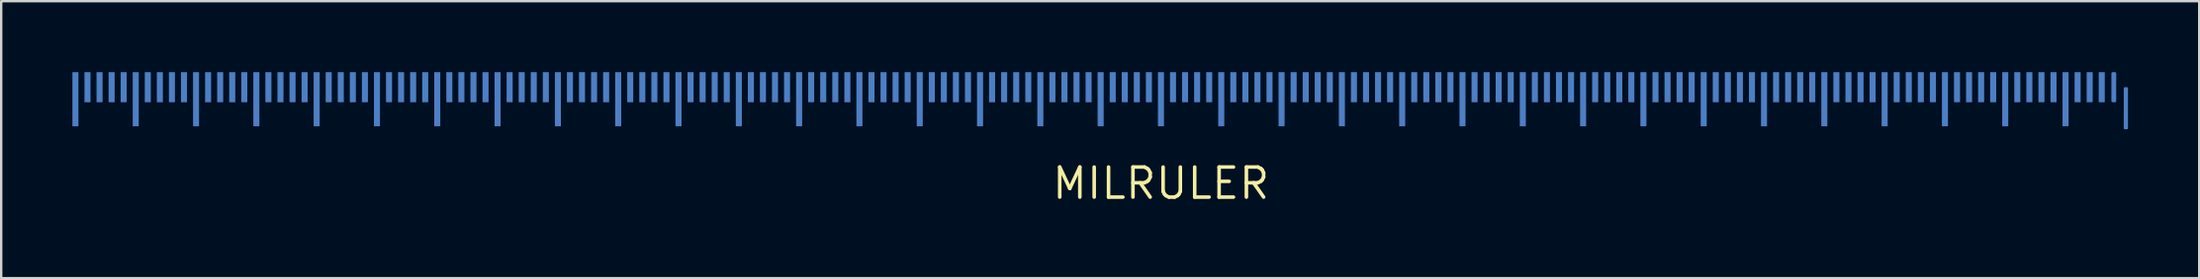
<source format=kicad_pcb>
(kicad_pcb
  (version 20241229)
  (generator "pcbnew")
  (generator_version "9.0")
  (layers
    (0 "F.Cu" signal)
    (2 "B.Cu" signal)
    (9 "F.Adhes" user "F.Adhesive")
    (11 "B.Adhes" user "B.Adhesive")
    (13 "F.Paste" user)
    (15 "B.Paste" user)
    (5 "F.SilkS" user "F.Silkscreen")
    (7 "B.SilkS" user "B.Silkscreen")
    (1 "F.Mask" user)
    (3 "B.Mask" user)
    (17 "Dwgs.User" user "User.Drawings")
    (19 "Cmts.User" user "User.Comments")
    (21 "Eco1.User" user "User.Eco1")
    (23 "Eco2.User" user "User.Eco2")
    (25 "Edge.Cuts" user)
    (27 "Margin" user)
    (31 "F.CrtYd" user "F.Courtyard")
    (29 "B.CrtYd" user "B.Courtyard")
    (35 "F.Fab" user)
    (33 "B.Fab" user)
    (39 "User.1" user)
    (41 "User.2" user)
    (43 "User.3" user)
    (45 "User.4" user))
  (footprint "MILRULER"
    (layer "F.Cu")
    (at 45.847 4.699)
    (property "Reference" "MILRULER" (at 0 0 0) (layer "F.SilkS") (effects (font (size 1.27 1.27) (thickness 0.15))))
    (pad "P$1" smd rect (at -40.64 -3.556 90) (size 2.286 0.254) (layers "B.Cu" "B.Mask" "B.Paste"))
    (pad "P$2" smd rect (at -40.132 -4.064 90) (size 1.27 0.254) (layers "B.Cu" "B.Mask" "B.Paste"))
    (pad "P$3" smd rect (at -39.624 -4.064 90) (size 1.27 0.254) (layers "B.Cu" "B.Mask" "B.Paste"))
    (pad "P$4" smd rect (at -39.116 -4.064 90) (size 1.27 0.254) (layers "B.Cu" "B.Mask" "B.Paste"))
    (pad "P$5" smd rect (at -38.608 -4.064 90) (size 1.27 0.254) (layers "B.Cu" "B.Mask" "B.Paste"))
    (pad "P$6" smd rect (at -37.592 -4.064 90) (size 1.27 0.254) (layers "B.Cu" "B.Mask" "B.Paste"))
    (pad "P$7" smd rect (at -38.1 -3.556 90) (size 2.286 0.254) (layers "B.Cu" "B.Mask" "B.Paste"))
    (pad "P$8" smd rect (at -37.084 -4.064 90) (size 1.27 0.254) (layers "B.Cu" "B.Mask" "B.Paste"))
    (pad "P$9" smd rect (at -36.576 -4.064 90) (size 1.27 0.254) (layers "B.Cu" "B.Mask" "B.Paste"))
    (pad "P$10" smd rect (at -36.068 -4.064 90) (size 1.27 0.254) (layers "B.Cu" "B.Mask" "B.Paste"))
    (pad "P$11" smd rect (at -35.56 -3.556 90) (size 2.286 0.254) (layers "B.Cu" "B.Mask" "B.Paste"))
    (pad "P$12" smd rect (at -35.052 -4.064 90) (size 1.27 0.254) (layers "B.Cu" "B.Mask" "B.Paste"))
    (pad "P$13" smd rect (at -34.544 -4.064 90) (size 1.27 0.254) (layers "B.Cu" "B.Mask" "B.Paste"))
    (pad "P$14" smd rect (at -34.036 -4.064 90) (size 1.27 0.254) (layers "B.Cu" "B.Mask" "B.Paste"))
    (pad "P$15" smd rect (at -33.528 -4.064 90) (size 1.27 0.254) (layers "B.Cu" "B.Mask" "B.Paste"))
    (pad "P$16" smd rect (at -33.02 -3.556 90) (size 2.286 0.254) (layers "B.Cu" "B.Mask" "B.Paste"))
    (pad "P$17" smd rect (at -32.512 -4.064 90) (size 1.27 0.254) (layers "B.Cu" "B.Mask" "B.Paste"))
    (pad "P$18" smd rect (at -32.004 -4.064 90) (size 1.27 0.254) (layers "B.Cu" "B.Mask" "B.Paste"))
    (pad "P$19" smd rect (at -31.496 -4.064 90) (size 1.27 0.254) (layers "B.Cu" "B.Mask" "B.Paste"))
    (pad "P$20" smd rect (at -30.988 -4.064 90) (size 1.27 0.254) (layers "B.Cu" "B.Mask" "B.Paste"))
    (pad "P$21" smd rect (at -30.48 -3.556 90) (size 2.286 0.254) (layers "B.Cu" "B.Mask" "B.Paste"))
    (pad "P$22" smd rect (at -27.94 -3.556 90) (size 2.286 0.254) (layers "B.Cu" "B.Mask" "B.Paste"))
    (pad "P$23" smd rect (at -27.432 -4.064 90) (size 1.27 0.254) (layers "B.Cu" "B.Mask" "B.Paste"))
    (pad "P$24" smd rect (at -26.924 -4.064 90) (size 1.27 0.254) (layers "B.Cu" "B.Mask" "B.Paste"))
    (pad "P$25" smd rect (at -26.416 -4.064 90) (size 1.27 0.254) (layers "B.Cu" "B.Mask" "B.Paste"))
    (pad "P$26" smd rect (at -25.908 -4.064 90) (size 1.27 0.254) (layers "B.Cu" "B.Mask" "B.Paste"))
    (pad "P$27" smd rect (at -24.892 -4.064 90) (size 1.27 0.254) (layers "B.Cu" "B.Mask" "B.Paste"))
    (pad "P$28" smd rect (at -25.4 -3.556 90) (size 2.286 0.254) (layers "B.Cu" "B.Mask" "B.Paste"))
    (pad "P$29" smd rect (at -24.384 -4.064 90) (size 1.27 0.254) (layers "B.Cu" "B.Mask" "B.Paste"))
    (pad "P$30" smd rect (at -23.876 -4.064 90) (size 1.27 0.254) (layers "B.Cu" "B.Mask" "B.Paste"))
    (pad "P$31" smd rect (at -23.368 -4.064 90) (size 1.27 0.254) (layers "B.Cu" "B.Mask" "B.Paste"))
    (pad "P$32" smd rect (at -22.86 -3.556 90) (size 2.286 0.254) (layers "B.Cu" "B.Mask" "B.Paste"))
    (pad "P$33" smd rect (at -22.352 -4.064 90) (size 1.27 0.254) (layers "B.Cu" "B.Mask" "B.Paste"))
    (pad "P$34" smd rect (at -21.844 -4.064 90) (size 1.27 0.254) (layers "B.Cu" "B.Mask" "B.Paste"))
    (pad "P$35" smd rect (at -21.336 -4.064 90) (size 1.27 0.254) (layers "B.Cu" "B.Mask" "B.Paste"))
    (pad "P$36" smd rect (at -20.828 -4.064 90) (size 1.27 0.254) (layers "B.Cu" "B.Mask" "B.Paste"))
    (pad "P$37" smd rect (at -20.32 -3.556 90) (size 2.286 0.254) (layers "B.Cu" "B.Mask" "B.Paste"))
    (pad "P$38" smd rect (at -19.812 -4.064 90) (size 1.27 0.254) (layers "B.Cu" "B.Mask" "B.Paste"))
    (pad "P$39" smd rect (at -19.304 -4.064 90) (size 1.27 0.254) (layers "B.Cu" "B.Mask" "B.Paste"))
    (pad "P$40" smd rect (at -18.796 -4.064 90) (size 1.27 0.254) (layers "B.Cu" "B.Mask" "B.Paste"))
    (pad "P$41" smd rect (at -18.288 -4.064 90) (size 1.27 0.254) (layers "B.Cu" "B.Mask" "B.Paste"))
    (pad "P$42" smd rect (at -17.78 -3.556 90) (size 2.286 0.254) (layers "B.Cu" "B.Mask" "B.Paste"))
    (pad "P$43" smd rect (at -29.972 -4.064 90) (size 1.27 0.254) (layers "B.Cu" "B.Mask" "B.Paste"))
    (pad "P$44" smd rect (at -29.464 -4.064 90) (size 1.27 0.254) (layers "B.Cu" "B.Mask" "B.Paste"))
    (pad "P$45" smd rect (at -28.956 -4.064 90) (size 1.27 0.254) (layers "B.Cu" "B.Mask" "B.Paste"))
    (pad "P$46" smd rect (at -28.448 -4.064 90) (size 1.27 0.254) (layers "B.Cu" "B.Mask" "B.Paste"))
    (pad "P$47" smd rect (at -17.272 -4.064 90) (size 1.27 0.254) (layers "B.Cu" "B.Mask" "B.Paste"))
    (pad "P$48" smd rect (at -16.764 -4.064 90) (size 1.27 0.254) (layers "B.Cu" "B.Mask" "B.Paste"))
    (pad "P$49" smd rect (at -16.256 -4.064 90) (size 1.27 0.254) (layers "B.Cu" "B.Mask" "B.Paste"))
    (pad "P$50" smd rect (at -15.748 -4.064 90) (size 1.27 0.254) (layers "B.Cu" "B.Mask" "B.Paste"))
    (pad "P$51" smd rect (at -14.732 -4.064 90) (size 1.27 0.254) (layers "B.Cu" "B.Mask" "B.Paste"))
    (pad "P$52" smd rect (at -15.24 -3.556 90) (size 2.286 0.254) (layers "B.Cu" "B.Mask" "B.Paste"))
    (pad "P$53" smd rect (at -14.224 -4.064 90) (size 1.27 0.254) (layers "B.Cu" "B.Mask" "B.Paste"))
    (pad "P$54" smd rect (at -13.716 -4.064 90) (size 1.27 0.254) (layers "B.Cu" "B.Mask" "B.Paste"))
    (pad "P$55" smd rect (at -13.208 -4.064 90) (size 1.27 0.254) (layers "B.Cu" "B.Mask" "B.Paste"))
    (pad "P$56" smd rect (at -12.7 -3.556 90) (size 2.286 0.254) (layers "B.Cu" "B.Mask" "B.Paste"))
    (pad "P$57" smd rect (at -12.192 -4.064 90) (size 1.27 0.254) (layers "B.Cu" "B.Mask" "B.Paste"))
    (pad "P$58" smd rect (at -11.684 -4.064 90) (size 1.27 0.254) (layers "B.Cu" "B.Mask" "B.Paste"))
    (pad "P$59" smd rect (at -11.176 -4.064 90) (size 1.27 0.254) (layers "B.Cu" "B.Mask" "B.Paste"))
    (pad "P$60" smd rect (at -10.668 -4.064 90) (size 1.27 0.254) (layers "B.Cu" "B.Mask" "B.Paste"))
    (pad "P$61" smd rect (at -10.16 -3.556 90) (size 2.286 0.254) (layers "B.Cu" "B.Mask" "B.Paste"))
    (pad "P$62" smd rect (at -9.652 -4.064 90) (size 1.27 0.254) (layers "B.Cu" "B.Mask" "B.Paste"))
    (pad "P$63" smd rect (at -9.144 -4.064 90) (size 1.27 0.254) (layers "B.Cu" "B.Mask" "B.Paste"))
    (pad "P$64" smd rect (at -8.636 -4.064 90) (size 1.27 0.254) (layers "B.Cu" "B.Mask" "B.Paste"))
    (pad "P$65" smd rect (at -8.128 -4.064 90) (size 1.27 0.254) (layers "B.Cu" "B.Mask" "B.Paste"))
    (pad "P$66" smd rect (at -7.62 -3.556 90) (size 2.286 0.254) (layers "B.Cu" "B.Mask" "B.Paste"))
    (pad "P$67" smd rect (at -5.08 -3.556 90) (size 2.286 0.254) (layers "B.Cu" "B.Mask" "B.Paste"))
    (pad "P$68" smd rect (at -4.572 -4.064 90) (size 1.27 0.254) (layers "B.Cu" "B.Mask" "B.Paste"))
    (pad "P$69" smd rect (at -4.064 -4.064 90) (size 1.27 0.254) (layers "B.Cu" "B.Mask" "B.Paste"))
    (pad "P$70" smd rect (at -3.556 -4.064 90) (size 1.27 0.254) (layers "B.Cu" "B.Mask" "B.Paste"))
    (pad "P$71" smd rect (at -3.048 -4.064 90) (size 1.27 0.254) (layers "B.Cu" "B.Mask" "B.Paste"))
    (pad "P$72" smd rect (at -2.032 -4.064 90) (size 1.27 0.254) (layers "B.Cu" "B.Mask" "B.Paste"))
    (pad "P$73" smd rect (at -2.54 -3.556 90) (size 2.286 0.254) (layers "B.Cu" "B.Mask" "B.Paste"))
    (pad "P$74" smd rect (at -1.524 -4.064 90) (size 1.27 0.254) (layers "B.Cu" "B.Mask" "B.Paste"))
    (pad "P$75" smd rect (at -1.016 -4.064 90) (size 1.27 0.254) (layers "B.Cu" "B.Mask" "B.Paste"))
    (pad "P$76" smd rect (at -0.508 -4.064 90) (size 1.27 0.254) (layers "B.Cu" "B.Mask" "B.Paste"))
    (pad "P$77" smd rect (at 0 -3.556 90) (size 2.286 0.254) (layers "B.Cu" "B.Mask" "B.Paste"))
    (pad "P$78" smd rect (at 0.508 -4.064 90) (size 1.27 0.254) (layers "B.Cu" "B.Mask" "B.Paste"))
    (pad "P$79" smd rect (at 1.016 -4.064 90) (size 1.27 0.254) (layers "B.Cu" "B.Mask" "B.Paste"))
    (pad "P$80" smd rect (at 1.524 -4.064 90) (size 1.27 0.254) (layers "B.Cu" "B.Mask" "B.Paste"))
    (pad "P$81" smd rect (at 2.032 -4.064 90) (size 1.27 0.254) (layers "B.Cu" "B.Mask" "B.Paste"))
    (pad "P$82" smd rect (at 2.54 -3.556 90) (size 2.286 0.254) (layers "B.Cu" "B.Mask" "B.Paste"))
    (pad "P$83" smd rect (at 3.048 -4.064 90) (size 1.27 0.254) (layers "B.Cu" "B.Mask" "B.Paste"))
    (pad "P$84" smd rect (at 3.556 -4.064 90) (size 1.27 0.254) (layers "B.Cu" "B.Mask" "B.Paste"))
    (pad "P$85" smd rect (at 4.064 -4.064 90) (size 1.27 0.254) (layers "B.Cu" "B.Mask" "B.Paste"))
    (pad "P$86" smd rect (at 4.572 -4.064 90) (size 1.27 0.254) (layers "B.Cu" "B.Mask" "B.Paste"))
    (pad "P$87" smd rect (at 5.08 -3.556 90) (size 2.286 0.254) (layers "B.Cu" "B.Mask" "B.Paste"))
    (pad "P$88" smd rect (at -7.112 -4.064 90) (size 1.27 0.254) (layers "B.Cu" "B.Mask" "B.Paste"))
    (pad "P$89" smd rect (at -6.604 -4.064 90) (size 1.27 0.254) (layers "B.Cu" "B.Mask" "B.Paste"))
    (pad "P$90" smd rect (at -6.096 -4.064 90) (size 1.27 0.254) (layers "B.Cu" "B.Mask" "B.Paste"))
    (pad "P$91" smd rect (at -5.588 -4.064 90) (size 1.27 0.254) (layers "B.Cu" "B.Mask" "B.Paste"))
    (pad "P$92" smd rect (at 5.588 -4.064 90) (size 1.27 0.254) (layers "B.Cu" "B.Mask" "B.Paste"))
    (pad "P$93" smd rect (at 6.096 -4.064 90) (size 1.27 0.254) (layers "B.Cu" "B.Mask" "B.Paste"))
    (pad "P$94" smd rect (at 6.604 -4.064 90) (size 1.27 0.254) (layers "B.Cu" "B.Mask" "B.Paste"))
    (pad "P$95" smd rect (at 7.112 -4.064 90) (size 1.27 0.254) (layers "B.Cu" "B.Mask" "B.Paste"))
    (pad "P$96" smd rect (at 8.128 -4.064 90) (size 1.27 0.254) (layers "B.Cu" "B.Mask" "B.Paste"))
    (pad "P$97" smd rect (at 7.62 -3.556 90) (size 2.286 0.254) (layers "B.Cu" "B.Mask" "B.Paste"))
    (pad "P$98" smd rect (at 8.636 -4.064 90) (size 1.27 0.254) (layers "B.Cu" "B.Mask" "B.Paste"))
    (pad "P$99" smd rect (at 9.144 -4.064 90) (size 1.27 0.254) (layers "B.Cu" "B.Mask" "B.Paste"))
    (pad "P$100" smd rect (at 9.652 -4.064 90) (size 1.27 0.254) (layers "B.Cu" "B.Mask" "B.Paste"))
    (pad "P$101" smd rect (at 10.16 -3.556 90) (size 2.286 0.254) (layers "B.Cu" "B.Mask" "B.Paste"))
    (pad "P$102" smd rect (at 10.668 -4.064 90) (size 1.27 0.254) (layers "B.Cu" "B.Mask" "B.Paste"))
    (pad "P$103" smd rect (at 11.176 -4.064 90) (size 1.27 0.254) (layers "B.Cu" "B.Mask" "B.Paste"))
    (pad "P$104" smd rect (at 11.684 -4.064 90) (size 1.27 0.254) (layers "B.Cu" "B.Mask" "B.Paste"))
    (pad "P$105" smd rect (at 12.192 -4.064 90) (size 1.27 0.254) (layers "B.Cu" "B.Mask" "B.Paste"))
    (pad "P$106" smd rect (at 12.7 -3.556 90) (size 2.286 0.254) (layers "B.Cu" "B.Mask" "B.Paste"))
    (pad "P$107" smd rect (at 13.208 -4.064 90) (size 1.27 0.254) (layers "B.Cu" "B.Mask" "B.Paste"))
    (pad "P$108" smd rect (at 13.716 -4.064 90) (size 1.27 0.254) (layers "B.Cu" "B.Mask" "B.Paste"))
    (pad "P$109" smd rect (at 14.224 -4.064 90) (size 1.27 0.254) (layers "B.Cu" "B.Mask" "B.Paste"))
    (pad "P$110" smd rect (at 14.732 -4.064 90) (size 1.27 0.254) (layers "B.Cu" "B.Mask" "B.Paste"))
    (pad "P$111" smd rect (at 15.24 -3.556 90) (size 2.286 0.254) (layers "B.Cu" "B.Mask" "B.Paste"))
    (pad "P$112" smd rect (at 17.78 -3.556 90) (size 2.286 0.254) (layers "B.Cu" "B.Mask" "B.Paste"))
    (pad "P$113" smd rect (at 18.288 -4.064 90) (size 1.27 0.254) (layers "B.Cu" "B.Mask" "B.Paste"))
    (pad "P$114" smd rect (at 18.796 -4.064 90) (size 1.27 0.254) (layers "B.Cu" "B.Mask" "B.Paste"))
    (pad "P$115" smd rect (at 19.304 -4.064 90) (size 1.27 0.254) (layers "B.Cu" "B.Mask" "B.Paste"))
    (pad "P$116" smd rect (at 19.812 -4.064 90) (size 1.27 0.254) (layers "B.Cu" "B.Mask" "B.Paste"))
    (pad "P$117" smd rect (at 20.828 -4.064 90) (size 1.27 0.254) (layers "B.Cu" "B.Mask" "B.Paste"))
    (pad "P$118" smd rect (at 20.32 -3.556 90) (size 2.286 0.254) (layers "B.Cu" "B.Mask" "B.Paste"))
    (pad "P$119" smd rect (at 21.336 -4.064 90) (size 1.27 0.254) (layers "B.Cu" "B.Mask" "B.Paste"))
    (pad "P$120" smd rect (at 21.844 -4.064 90) (size 1.27 0.254) (layers "B.Cu" "B.Mask" "B.Paste"))
    (pad "P$121" smd rect (at 22.352 -4.064 90) (size 1.27 0.254) (layers "B.Cu" "B.Mask" "B.Paste"))
    (pad "P$122" smd rect (at 22.86 -3.556 90) (size 2.286 0.254) (layers "B.Cu" "B.Mask" "B.Paste"))
    (pad "P$123" smd rect (at 23.368 -4.064 90) (size 1.27 0.254) (layers "B.Cu" "B.Mask" "B.Paste"))
    (pad "P$124" smd rect (at 23.876 -4.064 90) (size 1.27 0.254) (layers "B.Cu" "B.Mask" "B.Paste"))
    (pad "P$125" smd rect (at 24.384 -4.064 90) (size 1.27 0.254) (layers "B.Cu" "B.Mask" "B.Paste"))
    (pad "P$126" smd rect (at 24.892 -4.064 90) (size 1.27 0.254) (layers "B.Cu" "B.Mask" "B.Paste"))
    (pad "P$127" smd rect (at 25.4 -3.556 90) (size 2.286 0.254) (layers "B.Cu" "B.Mask" "B.Paste"))
    (pad "P$128" smd rect (at 25.908 -4.064 90) (size 1.27 0.254) (layers "B.Cu" "B.Mask" "B.Paste"))
    (pad "P$129" smd rect (at 26.416 -4.064 90) (size 1.27 0.254) (layers "B.Cu" "B.Mask" "B.Paste"))
    (pad "P$130" smd rect (at 26.924 -4.064 90) (size 1.27 0.254) (layers "B.Cu" "B.Mask" "B.Paste"))
    (pad "P$131" smd rect (at 27.432 -4.064 90) (size 1.27 0.254) (layers "B.Cu" "B.Mask" "B.Paste"))
    (pad "P$132" smd rect (at 27.94 -3.556 90) (size 2.286 0.254) (layers "B.Cu" "B.Mask" "B.Paste"))
    (pad "P$133" smd rect (at 15.748 -4.064 90) (size 1.27 0.254) (layers "B.Cu" "B.Mask" "B.Paste"))
    (pad "P$134" smd rect (at 16.256 -4.064 90) (size 1.27 0.254) (layers "B.Cu" "B.Mask" "B.Paste"))
    (pad "P$135" smd rect (at 16.764 -4.064 90) (size 1.27 0.254) (layers "B.Cu" "B.Mask" "B.Paste"))
    (pad "P$136" smd rect (at 17.272 -4.064 90) (size 1.27 0.254) (layers "B.Cu" "B.Mask" "B.Paste"))
    (pad "P$137" smd rect (at 28.448 -4.064 90) (size 1.27 0.254) (layers "B.Cu" "B.Mask" "B.Paste"))
    (pad "P$138" smd rect (at 28.956 -4.064 90) (size 1.27 0.254) (layers "B.Cu" "B.Mask" "B.Paste"))
    (pad "P$139" smd rect (at 29.464 -4.064 90) (size 1.27 0.254) (layers "B.Cu" "B.Mask" "B.Paste"))
    (pad "P$140" smd rect (at 29.972 -4.064 90) (size 1.27 0.254) (layers "B.Cu" "B.Mask" "B.Paste"))
    (pad "P$141" smd rect (at 30.988 -4.064 90) (size 1.27 0.254) (layers "B.Cu" "B.Mask" "B.Paste"))
    (pad "P$142" smd rect (at 30.48 -3.556 90) (size 2.286 0.254) (layers "B.Cu" "B.Mask" "B.Paste"))
    (pad "P$143" smd rect (at 31.496 -4.064 90) (size 1.27 0.254) (layers "B.Cu" "B.Mask" "B.Paste"))
    (pad "P$144" smd rect (at 32.004 -4.064 90) (size 1.27 0.254) (layers "B.Cu" "B.Mask" "B.Paste"))
    (pad "P$145" smd rect (at 32.512 -4.064 90) (size 1.27 0.254) (layers "B.Cu" "B.Mask" "B.Paste"))
    (pad "P$146" smd rect (at 33.02 -3.556 90) (size 2.286 0.254) (layers "B.Cu" "B.Mask" "B.Paste"))
    (pad "P$147" smd rect (at 33.528 -4.064 90) (size 1.27 0.254) (layers "B.Cu" "B.Mask" "B.Paste"))
    (pad "P$148" smd rect (at 34.036 -4.064 90) (size 1.27 0.254) (layers "B.Cu" "B.Mask" "B.Paste"))
    (pad "P$149" smd rect (at 34.544 -4.064 90) (size 1.27 0.254) (layers "B.Cu" "B.Mask" "B.Paste"))
    (pad "P$150" smd rect (at 35.052 -4.064 90) (size 1.27 0.254) (layers "B.Cu" "B.Mask" "B.Paste"))
    (pad "P$151" smd rect (at 35.56 -3.556 90) (size 2.286 0.254) (layers "B.Cu" "B.Mask" "B.Paste"))
    (pad "P$152" smd rect (at 36.068 -4.064 90) (size 1.27 0.254) (layers "B.Cu" "B.Mask" "B.Paste"))
    (pad "P$153" smd rect (at 36.576 -4.064 90) (size 1.27 0.254) (layers "B.Cu" "B.Mask" "B.Paste"))
    (pad "P$154" smd rect (at 37.084 -4.064 90) (size 1.27 0.254) (layers "B.Cu" "B.Mask" "B.Paste"))
    (pad "P$155" smd rect (at 37.592 -4.064 90) (size 1.27 0.254) (layers "B.Cu" "B.Mask" "B.Paste"))
    (pad "P$156" smd rect (at 38.1 -3.556 90) (size 2.286 0.254) (layers "B.Cu" "B.Mask" "B.Paste"))
    (pad "P$157" smd rect (at 38.608 -4.064 90) (size 1.27 0.254) (layers "B.Cu" "B.Mask" "B.Paste"))
    (pad "P$158" smd rect (at 39.116 -4.064 90) (size 1.27 0.254) (layers "B.Cu" "B.Mask" "B.Paste"))
    (pad "P$159" smd rect (at 39.624 -4.064 90) (size 1.27 0.254) (layers "B.Cu" "B.Mask" "B.Paste"))
    (pad "P$160" smd roundrect (at 40.132 -4.064 90) (size 1.27 0.203) (layers "B.Cu" "B.Mask" "B.Paste") (roundrect_rratio 0.25))
    (pad "P$161" smd roundrect (at 40.64 -3.175 90) (size 1.778 0.178) (layers "B.Cu" "B.Mask" "B.Paste") (roundrect_rratio 0.25))
    (pad "P$162" smd rect (at -43.18 -3.556 90) (size 2.286 0.254) (layers "B.Cu" "B.Mask" "B.Paste"))
    (pad "P$163" smd rect (at -42.672 -4.064 90) (size 1.27 0.254) (layers "B.Cu" "B.Mask" "B.Paste"))
    (pad "P$164" smd rect (at -42.164 -4.064 90) (size 1.27 0.254) (layers "B.Cu" "B.Mask" "B.Paste"))
    (pad "P$165" smd rect (at -41.656 -4.064 90) (size 1.27 0.254) (layers "B.Cu" "B.Mask" "B.Paste"))
    (pad "P$166" smd rect (at -41.148 -4.064 90) (size 1.27 0.254) (layers "B.Cu" "B.Mask" "B.Paste"))
    (pad "P$167" smd rect (at -45.72 -3.556 90) (size 2.286 0.254) (layers "B.Cu" "B.Mask" "B.Paste"))
    (pad "P$168" smd rect (at -45.212 -4.064 90) (size 1.27 0.254) (layers "B.Cu" "B.Mask" "B.Paste"))
    (pad "P$169" smd rect (at -44.704 -4.064 90) (size 1.27 0.254) (layers "B.Cu" "B.Mask" "B.Paste"))
    (pad "P$170" smd rect (at -44.196 -4.064 90) (size 1.27 0.254) (layers "B.Cu" "B.Mask" "B.Paste"))
    (pad "P$171" smd rect (at -43.688 -4.064 90) (size 1.27 0.254) (layers "B.Cu" "B.Mask" "B.Paste")))
  (gr_rect
    (start -3 -3)
    (end 89.576 8.705)
    (stroke (width 0.1) (type default))
    (fill no)
    (layer "Edge.Cuts")))
</source>
